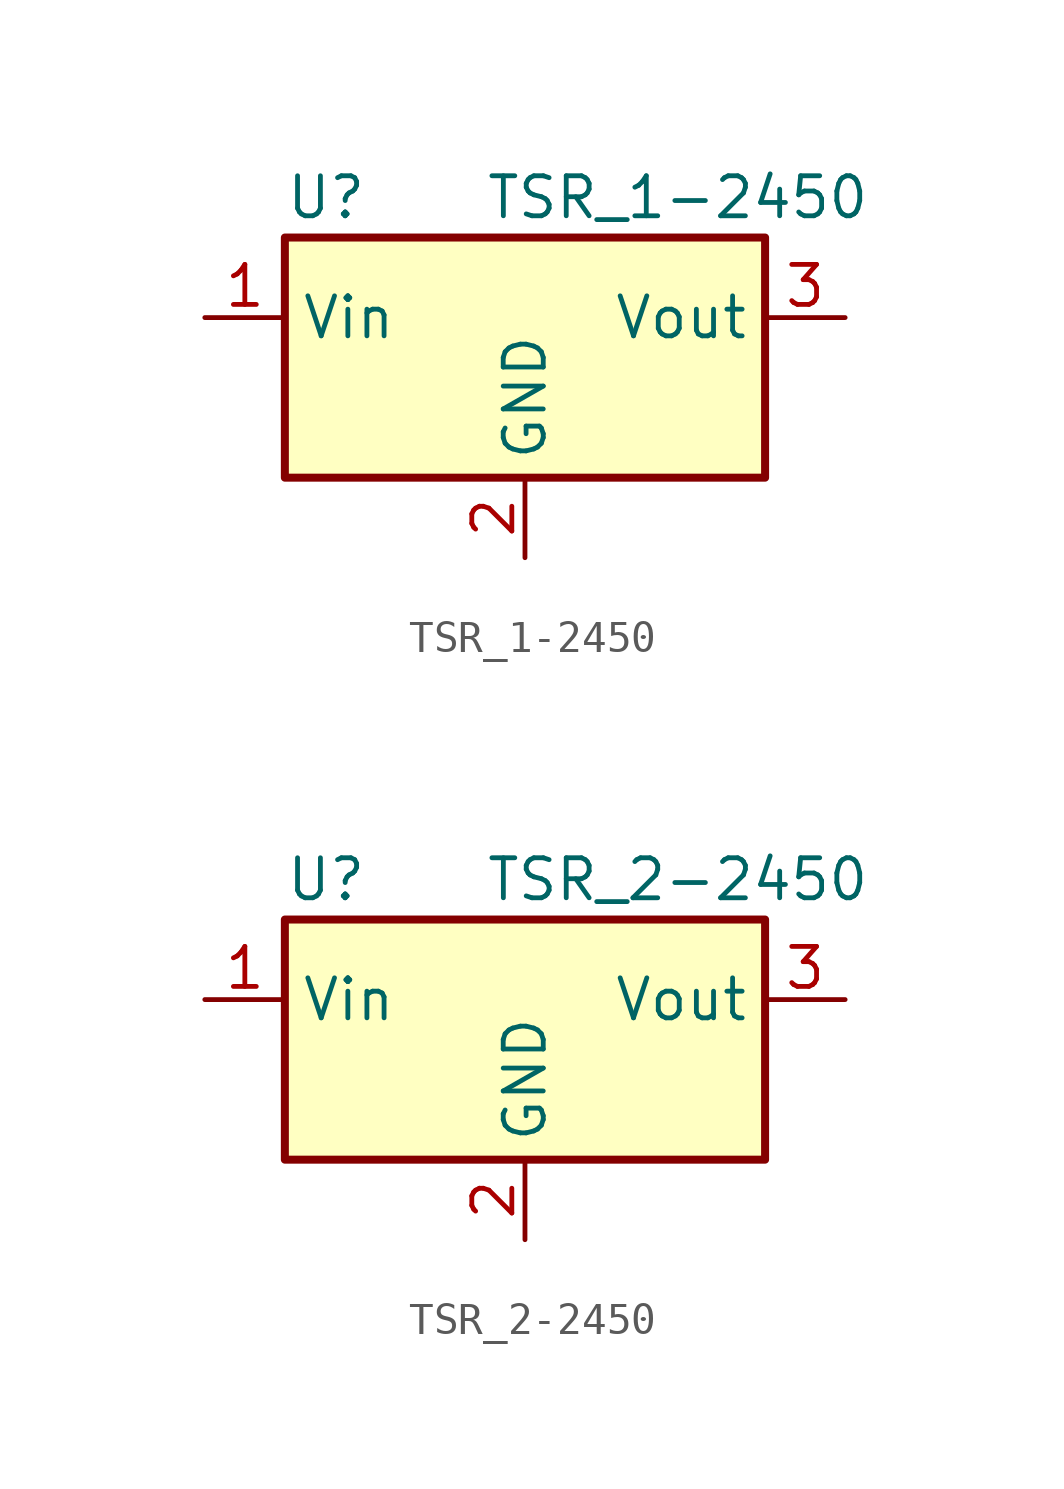
<source format=kicad_sym>
(kicad_symbol_lib
  (version 20231120)
  (generator "kicad_symbol_editor")
  (generator_version "8.0")
  (symbol "TSR_1-2450"
    (property "Reference" "U"
      (at -7.62 6.35 0)
      (effects (font (size 1.27 1.27)) (justify left)))
    (property "Value" "TSR_1-2450"
      (at -1.27 6.35 0)
      (effects (font (size 1.27 1.27)) (justify left)))
    (symbol "TSR_1-2450_0_1"
      (rectangle (start -7.62 5.08) (end 7.62 -2.54) (stroke (width 0.254) (type solid)) (fill (type background))))
    (symbol "TSR_1-2450_1_1"
      (pin power_in line (at -10.16 2.54 0) (length 2.54) (name "Vin" (effects (font (size 1.27 1.27)))) (number "1" (effects (font (size 1.27 1.27)))))
      (pin power_in line (at 0 -5.08 90) (length 2.54) (name "GND" (effects (font (size 1.27 1.27)))) (number "2" (effects (font (size 1.27 1.27)))))
      (pin power_out line (at 10.16 2.54 180) (length 2.54) (name "Vout" (effects (font (size 1.27 1.27)))) (number "3" (effects (font (size 1.27 1.27)))))))
  (symbol "TSR_2-2450"
    (property "Reference" "U"
      (at -7.62 6.35 0)
      (effects (font (size 1.27 1.27)) (justify left)))
    (property "Value" "TSR_2-2450"
      (at -1.27 6.35 0)
      (effects (font (size 1.27 1.27)) (justify left)))
    (symbol "TSR_2-2450_0_1"
      (rectangle (start -7.62 5.08) (end 7.62 -2.54) (stroke (width 0.254) (type solid)) (fill (type background))))
    (symbol "TSR_2-2450_1_1"
      (pin power_in line (at -10.16 2.54 0) (length 2.54) (name "Vin" (effects (font (size 1.27 1.27)))) (number "1" (effects (font (size 1.27 1.27)))))
      (pin power_in line (at 0 -5.08 90) (length 2.54) (name "GND" (effects (font (size 1.27 1.27)))) (number "2" (effects (font (size 1.27 1.27)))))
      (pin power_out line (at 10.16 2.54 180) (length 2.54) (name "Vout" (effects (font (size 1.27 1.27)))) (number "3" (effects (font (size 1.27 1.27))))))))
</source>
